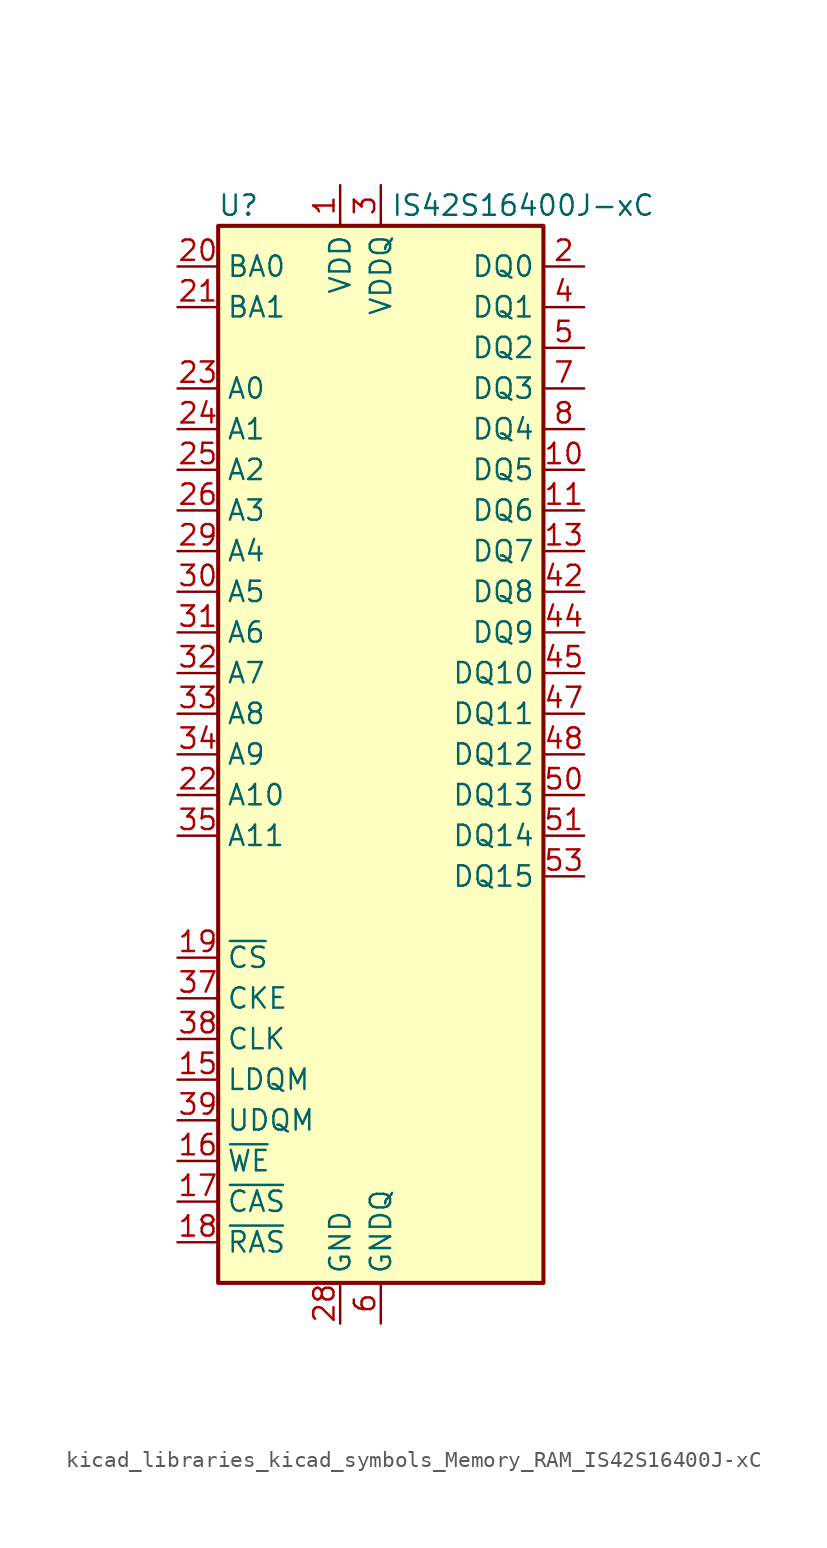
<source format=kicad_sym>
(kicad_symbol_lib
  (version 20220914)
  (generator kicad_symbol_editor)
  (symbol "kicad_libraries_kicad_symbols_Memory_RAM_IS42S16400J-xC"
    (property "Reference" "U"
      (at -8.89 34.29 0)
      (effects (font (size 1.27 1.27))))
    (property "Value" "IS42S16400J-xC"
      (at 8.89 34.29 0)
      (effects (font (size 1.27 1.27))))
    (symbol "kicad_libraries_kicad_symbols_Memory_RAM_IS42S16400J-xC_1_1"
      (rectangle (start -10.16 33.02) (end 10.16 -33.02) (stroke (width 0.254) (type default)) (fill (type background)))
      (pin power_in line (at -2.54 35.56 270) (length 2.54) (name "VDD" (effects (font (size 1.27 1.27)))) (number "1" (effects (font (size 1.27 1.27)))))
      (pin bidirectional line (at 12.7 17.78 180) (length 2.54) (name "DQ5" (effects (font (size 1.27 1.27)))) (number "10" (effects (font (size 1.27 1.27)))))
      (pin bidirectional line (at 12.7 15.24 180) (length 2.54) (name "DQ6" (effects (font (size 1.27 1.27)))) (number "11" (effects (font (size 1.27 1.27)))))
      (pin passive line (at 0 -35.56 90) (length 2.54) hide (name "GNDQ" (effects (font (size 1.27 1.27)))) (number "12" (effects (font (size 1.27 1.27)))))
      (pin bidirectional line (at 12.7 12.7 180) (length 2.54) (name "DQ7" (effects (font (size 1.27 1.27)))) (number "13" (effects (font (size 1.27 1.27)))))
      (pin passive line (at -2.54 35.56 270) (length 2.54) hide (name "VDD" (effects (font (size 1.27 1.27)))) (number "14" (effects (font (size 1.27 1.27)))))
      (pin input line (at -12.7 -20.32 0) (length 2.54) (name "LDQM" (effects (font (size 1.27 1.27)))) (number "15" (effects (font (size 1.27 1.27)))))
      (pin input line (at -12.7 -25.4 0) (length 2.54) (name "~{WE}" (effects (font (size 1.27 1.27)))) (number "16" (effects (font (size 1.27 1.27)))))
      (pin input line (at -12.7 -27.94 0) (length 2.54) (name "~{CAS}" (effects (font (size 1.27 1.27)))) (number "17" (effects (font (size 1.27 1.27)))))
      (pin input line (at -12.7 -30.48 0) (length 2.54) (name "~{RAS}" (effects (font (size 1.27 1.27)))) (number "18" (effects (font (size 1.27 1.27)))))
      (pin input line (at -12.7 -12.7 0) (length 2.54) (name "~{CS}" (effects (font (size 1.27 1.27)))) (number "19" (effects (font (size 1.27 1.27)))))
      (pin bidirectional line (at 12.7 30.48 180) (length 2.54) (name "DQ0" (effects (font (size 1.27 1.27)))) (number "2" (effects (font (size 1.27 1.27)))))
      (pin input line (at -12.7 30.48 0) (length 2.54) (name "BA0" (effects (font (size 1.27 1.27)))) (number "20" (effects (font (size 1.27 1.27)))))
      (pin input line (at -12.7 27.94 0) (length 2.54) (name "BA1" (effects (font (size 1.27 1.27)))) (number "21" (effects (font (size 1.27 1.27)))))
      (pin input line (at -12.7 -2.54 0) (length 2.54) (name "A10" (effects (font (size 1.27 1.27)))) (number "22" (effects (font (size 1.27 1.27)))))
      (pin input line (at -12.7 22.86 0) (length 2.54) (name "A0" (effects (font (size 1.27 1.27)))) (number "23" (effects (font (size 1.27 1.27)))))
      (pin input line (at -12.7 20.32 0) (length 2.54) (name "A1" (effects (font (size 1.27 1.27)))) (number "24" (effects (font (size 1.27 1.27)))))
      (pin input line (at -12.7 17.78 0) (length 2.54) (name "A2" (effects (font (size 1.27 1.27)))) (number "25" (effects (font (size 1.27 1.27)))))
      (pin input line (at -12.7 15.24 0) (length 2.54) (name "A3" (effects (font (size 1.27 1.27)))) (number "26" (effects (font (size 1.27 1.27)))))
      (pin passive line (at -2.54 35.56 270) (length 2.54) hide (name "VDD" (effects (font (size 1.27 1.27)))) (number "27" (effects (font (size 1.27 1.27)))))
      (pin power_in line (at -2.54 -35.56 90) (length 2.54) (name "GND" (effects (font (size 1.27 1.27)))) (number "28" (effects (font (size 1.27 1.27)))))
      (pin input line (at -12.7 12.7 0) (length 2.54) (name "A4" (effects (font (size 1.27 1.27)))) (number "29" (effects (font (size 1.27 1.27)))))
      (pin power_in line (at 0 35.56 270) (length 2.54) (name "VDDQ" (effects (font (size 1.27 1.27)))) (number "3" (effects (font (size 1.27 1.27)))))
      (pin input line (at -12.7 10.16 0) (length 2.54) (name "A5" (effects (font (size 1.27 1.27)))) (number "30" (effects (font (size 1.27 1.27)))))
      (pin input line (at -12.7 7.62 0) (length 2.54) (name "A6" (effects (font (size 1.27 1.27)))) (number "31" (effects (font (size 1.27 1.27)))))
      (pin input line (at -12.7 5.08 0) (length 2.54) (name "A7" (effects (font (size 1.27 1.27)))) (number "32" (effects (font (size 1.27 1.27)))))
      (pin input line (at -12.7 2.54 0) (length 2.54) (name "A8" (effects (font (size 1.27 1.27)))) (number "33" (effects (font (size 1.27 1.27)))))
      (pin input line (at -12.7 0 0) (length 2.54) (name "A9" (effects (font (size 1.27 1.27)))) (number "34" (effects (font (size 1.27 1.27)))))
      (pin input line (at -12.7 -5.08 0) (length 2.54) (name "A11" (effects (font (size 1.27 1.27)))) (number "35" (effects (font (size 1.27 1.27)))))
      (pin no_connect line (at 10.16 -17.78 180) (length 2.54) hide (name "NC" (effects (font (size 1.27 1.27)))) (number "36" (effects (font (size 1.27 1.27)))))
      (pin input line (at -12.7 -15.24 0) (length 2.54) (name "CKE" (effects (font (size 1.27 1.27)))) (number "37" (effects (font (size 1.27 1.27)))))
      (pin input line (at -12.7 -17.78 0) (length 2.54) (name "CLK" (effects (font (size 1.27 1.27)))) (number "38" (effects (font (size 1.27 1.27)))))
      (pin input line (at -12.7 -22.86 0) (length 2.54) (name "UDQM" (effects (font (size 1.27 1.27)))) (number "39" (effects (font (size 1.27 1.27)))))
      (pin bidirectional line (at 12.7 27.94 180) (length 2.54) (name "DQ1" (effects (font (size 1.27 1.27)))) (number "4" (effects (font (size 1.27 1.27)))))
      (pin no_connect line (at 10.16 -20.32 180) (length 2.54) hide (name "NC" (effects (font (size 1.27 1.27)))) (number "40" (effects (font (size 1.27 1.27)))))
      (pin passive line (at -2.54 -35.56 90) (length 2.54) hide (name "GND" (effects (font (size 1.27 1.27)))) (number "41" (effects (font (size 1.27 1.27)))))
      (pin bidirectional line (at 12.7 10.16 180) (length 2.54) (name "DQ8" (effects (font (size 1.27 1.27)))) (number "42" (effects (font (size 1.27 1.27)))))
      (pin passive line (at 0 35.56 270) (length 2.54) hide (name "VDDQ" (effects (font (size 1.27 1.27)))) (number "43" (effects (font (size 1.27 1.27)))))
      (pin bidirectional line (at 12.7 7.62 180) (length 2.54) (name "DQ9" (effects (font (size 1.27 1.27)))) (number "44" (effects (font (size 1.27 1.27)))))
      (pin bidirectional line (at 12.7 5.08 180) (length 2.54) (name "DQ10" (effects (font (size 1.27 1.27)))) (number "45" (effects (font (size 1.27 1.27)))))
      (pin passive line (at 0 -35.56 90) (length 2.54) hide (name "GNDQ" (effects (font (size 1.27 1.27)))) (number "46" (effects (font (size 1.27 1.27)))))
      (pin bidirectional line (at 12.7 2.54 180) (length 2.54) (name "DQ11" (effects (font (size 1.27 1.27)))) (number "47" (effects (font (size 1.27 1.27)))))
      (pin bidirectional line (at 12.7 0 180) (length 2.54) (name "DQ12" (effects (font (size 1.27 1.27)))) (number "48" (effects (font (size 1.27 1.27)))))
      (pin passive line (at 0 35.56 270) (length 2.54) hide (name "VDDQ" (effects (font (size 1.27 1.27)))) (number "49" (effects (font (size 1.27 1.27)))))
      (pin bidirectional line (at 12.7 25.4 180) (length 2.54) (name "DQ2" (effects (font (size 1.27 1.27)))) (number "5" (effects (font (size 1.27 1.27)))))
      (pin bidirectional line (at 12.7 -2.54 180) (length 2.54) (name "DQ13" (effects (font (size 1.27 1.27)))) (number "50" (effects (font (size 1.27 1.27)))))
      (pin bidirectional line (at 12.7 -5.08 180) (length 2.54) (name "DQ14" (effects (font (size 1.27 1.27)))) (number "51" (effects (font (size 1.27 1.27)))))
      (pin passive line (at 0 -35.56 90) (length 2.54) hide (name "GNDQ" (effects (font (size 1.27 1.27)))) (number "52" (effects (font (size 1.27 1.27)))))
      (pin bidirectional line (at 12.7 -7.62 180) (length 2.54) (name "DQ15" (effects (font (size 1.27 1.27)))) (number "53" (effects (font (size 1.27 1.27)))))
      (pin passive line (at -2.54 -35.56 90) (length 2.54) hide (name "GND" (effects (font (size 1.27 1.27)))) (number "54" (effects (font (size 1.27 1.27)))))
      (pin power_in line (at 0 -35.56 90) (length 2.54) (name "GNDQ" (effects (font (size 1.27 1.27)))) (number "6" (effects (font (size 1.27 1.27)))))
      (pin bidirectional line (at 12.7 22.86 180) (length 2.54) (name "DQ3" (effects (font (size 1.27 1.27)))) (number "7" (effects (font (size 1.27 1.27)))))
      (pin bidirectional line (at 12.7 20.32 180) (length 2.54) (name "DQ4" (effects (font (size 1.27 1.27)))) (number "8" (effects (font (size 1.27 1.27)))))
      (pin passive line (at 0 35.56 270) (length 2.54) hide (name "VDDQ" (effects (font (size 1.27 1.27)))) (number "9" (effects (font (size 1.27 1.27))))))))
</source>
